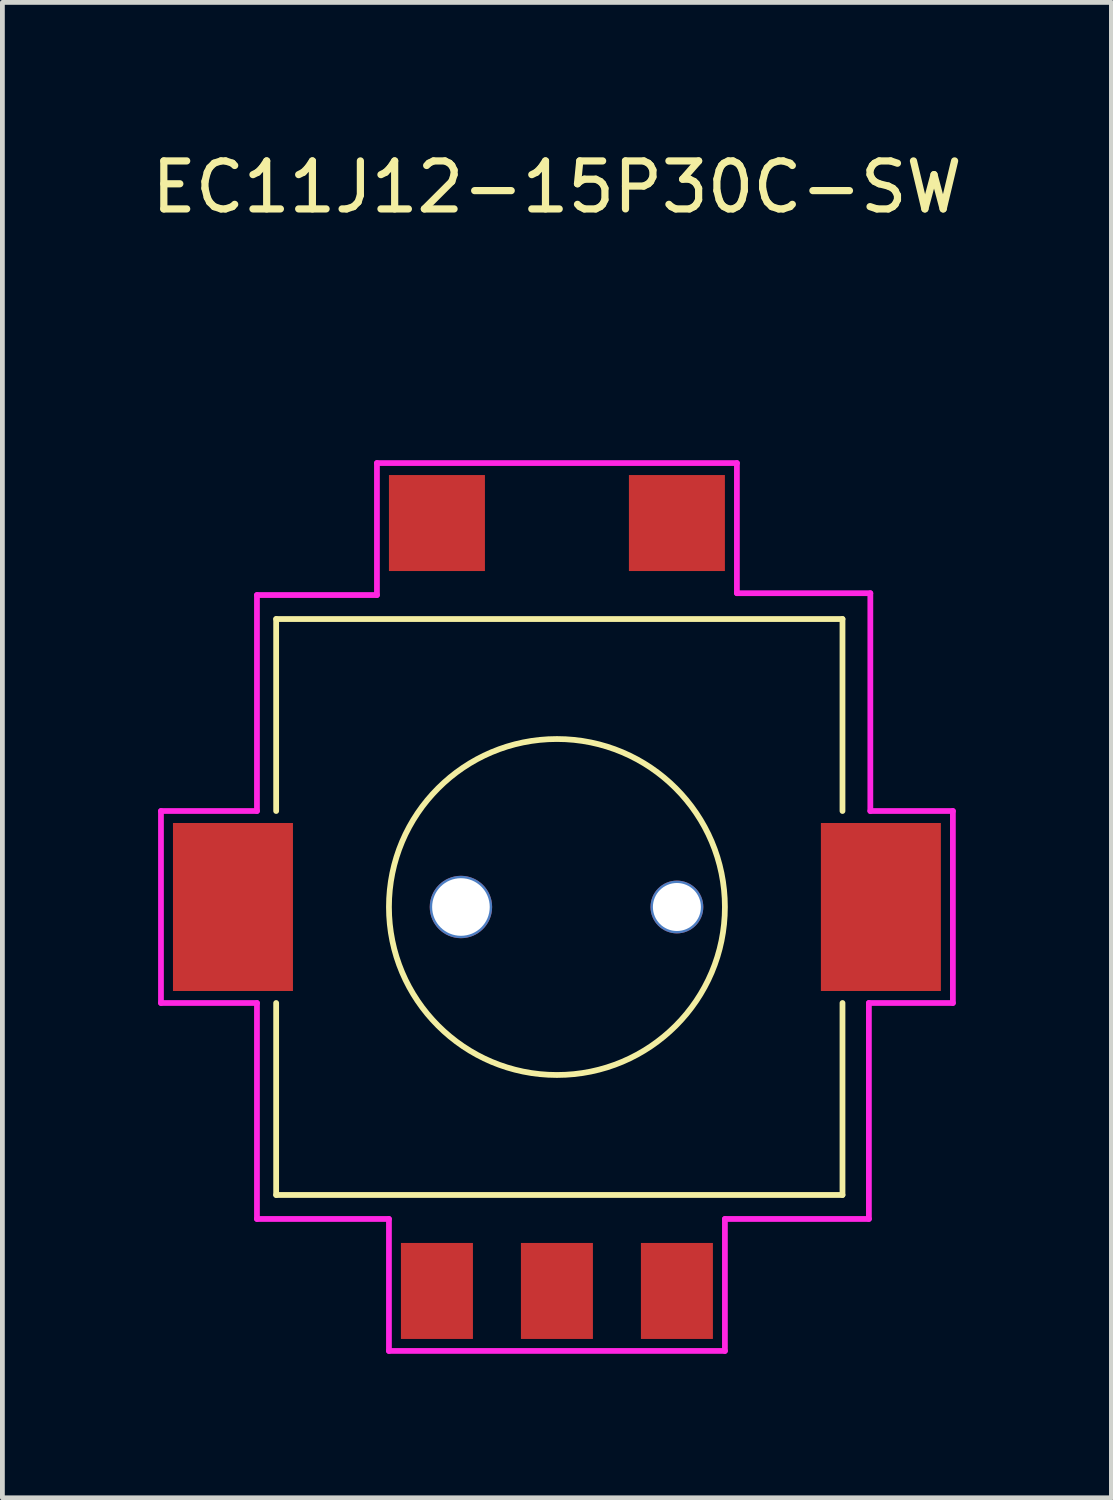
<source format=kicad_pcb>
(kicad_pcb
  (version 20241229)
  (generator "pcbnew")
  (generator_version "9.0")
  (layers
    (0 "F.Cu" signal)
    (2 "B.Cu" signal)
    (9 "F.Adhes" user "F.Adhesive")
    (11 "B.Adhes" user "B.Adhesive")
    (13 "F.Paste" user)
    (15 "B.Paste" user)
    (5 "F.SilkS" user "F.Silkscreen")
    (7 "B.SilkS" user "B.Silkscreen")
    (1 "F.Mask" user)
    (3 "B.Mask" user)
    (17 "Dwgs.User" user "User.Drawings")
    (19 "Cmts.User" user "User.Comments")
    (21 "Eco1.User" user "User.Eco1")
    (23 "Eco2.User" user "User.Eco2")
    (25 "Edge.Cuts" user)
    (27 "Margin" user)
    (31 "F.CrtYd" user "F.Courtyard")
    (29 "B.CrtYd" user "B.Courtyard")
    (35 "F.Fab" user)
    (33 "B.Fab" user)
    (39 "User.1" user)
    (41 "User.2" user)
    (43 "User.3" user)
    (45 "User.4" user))
  (footprint "EC11J12-15P30C-SW"
    (layer "F.Cu")
    (at 8.554 15.848)
    (property "Reference" "EC11J12-15P30C-SW" (at 0 -15 0) (unlocked yes) (layer "F.SilkS") (effects (font (size 1 1) (thickness 0.15))))
    (attr through_hole)
    (fp_line (start -5.85 -2) (end -5.85 -6) (stroke (width 0.12) (type solid)) (layer "F.SilkS"))
    (fp_line (start -5.85 6) (end -5.85 2) (stroke (width 0.12) (type solid)) (layer "F.SilkS"))
    (fp_line (start 5.95 -6) (end -5.85 -6) (stroke (width 0.12) (type solid)) (layer "F.SilkS"))
    (fp_line (start 5.95 -2) (end 5.95 -6) (stroke (width 0.12) (type solid)) (layer "F.SilkS"))
    (fp_line (start 5.95 6) (end -5.85 6) (stroke (width 0.12) (type solid)) (layer "F.SilkS"))
    (fp_line (start 5.95 6) (end 5.95 2) (stroke (width 0.12) (type solid)) (layer "F.SilkS"))
    (fp_circle (center 0 0) (end 3.5 0) (stroke (width 0.12) (type solid)) (fill no) (layer "F.SilkS"))
    (fp_line (start -8.25 -2) (end -8.25 2) (stroke (width 0.12) (type solid)) (layer "F.CrtYd"))
    (fp_line (start -8.25 2) (end -6.25 2) (stroke (width 0.12) (type solid)) (layer "F.CrtYd"))
    (fp_line (start -6.25 -6.5) (end -6.25 -2) (stroke (width 0.12) (type solid)) (layer "F.CrtYd"))
    (fp_line (start -6.25 -2) (end -8.25 -2) (stroke (width 0.12) (type solid)) (layer "F.CrtYd"))
    (fp_line (start -6.25 2) (end -6.25 6.5) (stroke (width 0.12) (type solid)) (layer "F.CrtYd"))
    (fp_line (start -6.25 6.5) (end -3.5 6.5) (stroke (width 0.12) (type solid)) (layer "F.CrtYd"))
    (fp_line (start -3.75 -9.25) (end -3.75 -6.5) (stroke (width 0.12) (type solid)) (layer "F.CrtYd"))
    (fp_line (start -3.75 -6.5) (end -6.25 -6.5) (stroke (width 0.12) (type solid)) (layer "F.CrtYd"))
    (fp_line (start -3.5 6.5) (end -3.5 9.25) (stroke (width 0.12) (type solid)) (layer "F.CrtYd"))
    (fp_line (start -3.5 9.25) (end 3.5 9.25) (stroke (width 0.12) (type solid)) (layer "F.CrtYd"))
    (fp_line (start 3.5 6.5) (end 6.5 6.5) (stroke (width 0.12) (type solid)) (layer "F.CrtYd"))
    (fp_line (start 3.5 9.25) (end 3.5 6.5) (stroke (width 0.12) (type solid)) (layer "F.CrtYd"))
    (fp_line (start 3.75 -9.25) (end -3.75 -9.25) (stroke (width 0.12) (type solid)) (layer "F.CrtYd"))
    (fp_line (start 3.75 -6.538) (end 3.75 -9.25) (stroke (width 0.12) (type solid)) (layer "F.CrtYd"))
    (fp_line (start 6.5 2) (end 8.25 2) (stroke (width 0.12) (type solid)) (layer "F.CrtYd"))
    (fp_line (start 6.5 6.5) (end 6.5 2) (stroke (width 0.12) (type solid)) (layer "F.CrtYd"))
    (fp_line (start 6.53 -6.538) (end 3.75 -6.538) (stroke (width 0.12) (type solid)) (layer "F.CrtYd"))
    (fp_line (start 6.53 -2) (end 6.53 -6.538) (stroke (width 0.12) (type solid)) (layer "F.CrtYd"))
    (fp_line (start 8.25 -2) (end 6.53 -2) (stroke (width 0.12) (type solid)) (layer "F.CrtYd"))
    (fp_line (start 8.25 2) (end 8.25 -2) (stroke (width 0.12) (type solid)) (layer "F.CrtYd"))
    (pad "" smd rect (at -6.75 0) (size 2.5 3.5) (layers "F.Cu" "F.Mask" "F.Paste"))
    (pad "" np_thru_hole circle (at -2 0) (size 1.3 1.3) (drill 1.2) (layers "*.Cu" "*.Mask"))
    (pad "" np_thru_hole circle (at 2.5 0) (size 1.1 1.1) (drill 1) (layers "*.Cu" "*.Mask"))
    (pad "" smd rect (at 6.75 0) (size 2.5 3.5) (layers "F.Cu" "F.Mask" "F.Paste"))
    (pad "A" smd rect (at -2.5 8) (size 1.5 2) (layers "F.Cu" "F.Mask" "F.Paste"))
    (pad "B" smd rect (at 2.5 8) (size 1.5 2) (layers "F.Cu" "F.Mask" "F.Paste"))
    (pad "C" smd rect (at 0 8) (size 1.5 2) (layers "F.Cu" "F.Mask" "F.Paste"))
    (pad "S1" smd rect (at -2.5 -8) (size 2 2) (layers "F.Cu" "F.Mask" "F.Paste"))
    (pad "S2" smd rect (at 2.5 -8) (size 2 2) (layers "F.Cu" "F.Mask" "F.Paste")))
  (gr_rect
    (start -3 -3)
    (end 20.107 28.158)
    (stroke (width 0.1) (type default))
    (fill no)
    (layer "Edge.Cuts")))
</source>
